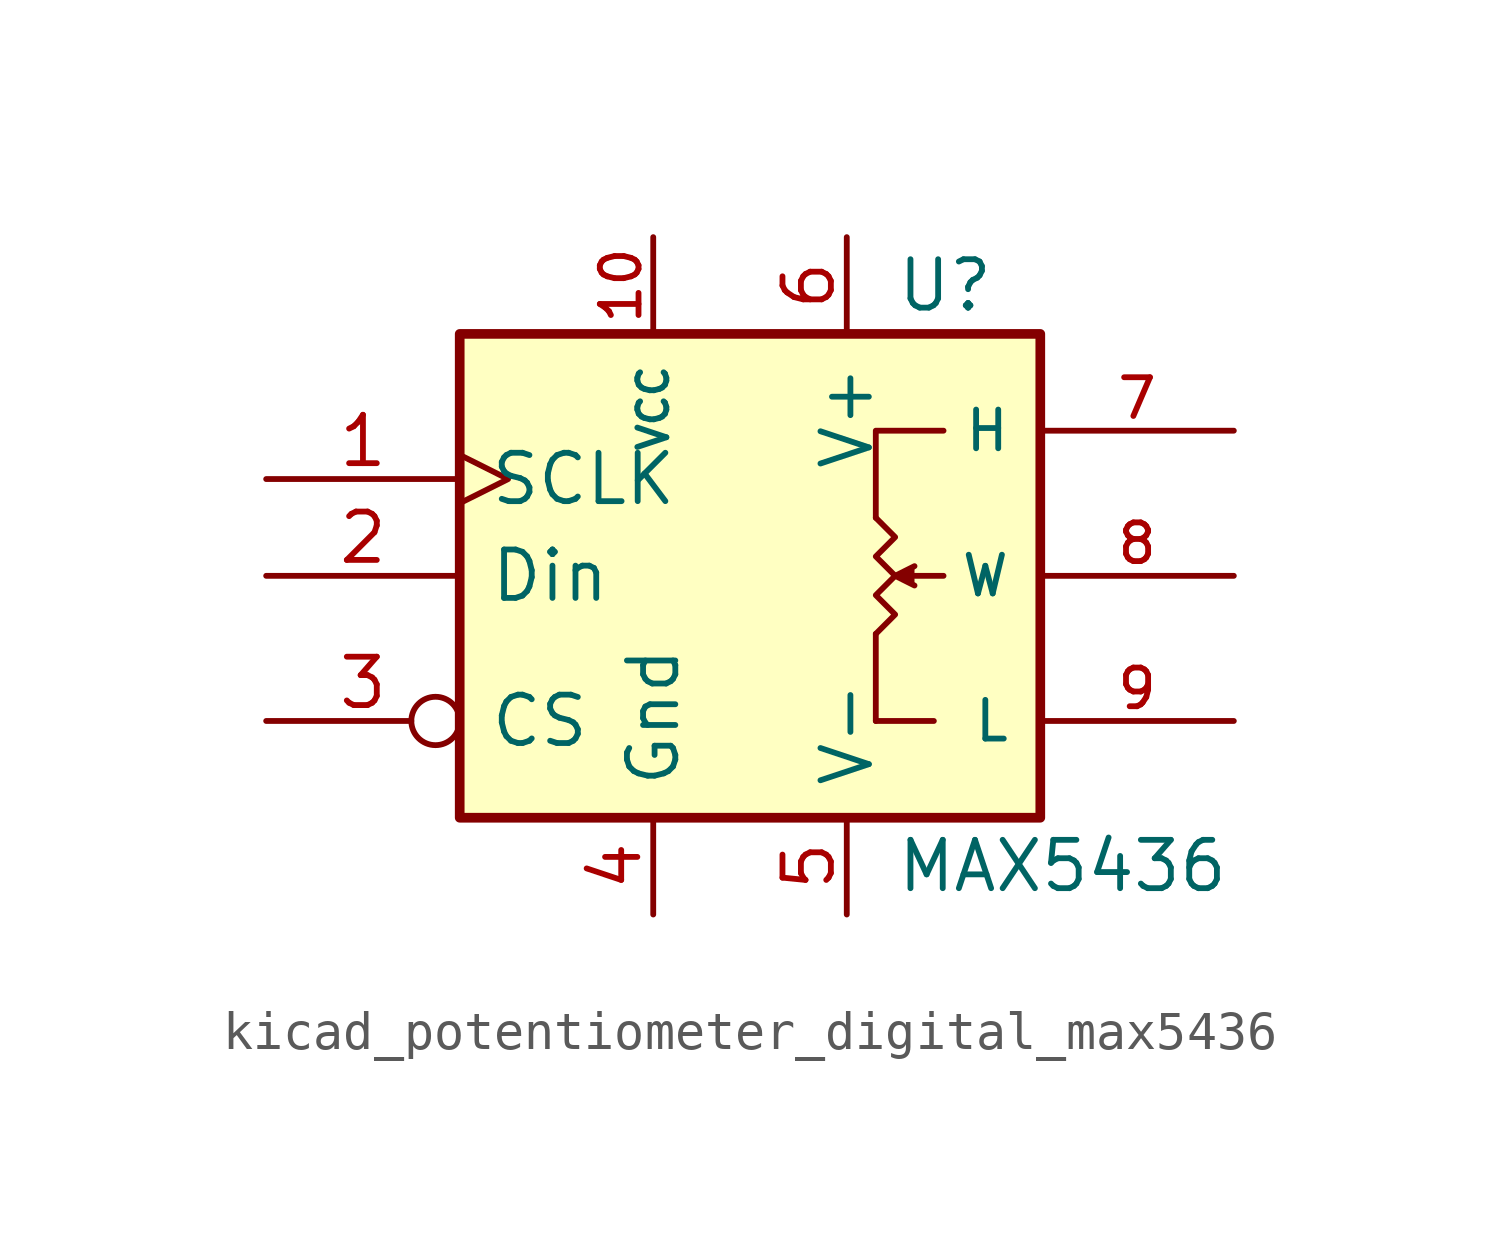
<source format=kicad_sym>
(kicad_symbol_lib
  (version 20220914)
  (generator kicad_symbol_editor)
  (symbol "kicad_potentiometer_digital_max5436"
    (pin_names
      (offset 0.762))
    (property "Reference" "U"
      (at 3.81 7.62 0)
      (effects (font (size 1.27 1.27)) (justify left)))
    (property "Value" "MAX5436"
      (at 3.81 -7.62 0)
      (effects (font (size 1.27 1.27)) (justify left)))
    (symbol "kicad_potentiometer_digital_max5436_0_1"
      (rectangle (start -7.62 6.35) (end 7.62 -6.35) (stroke (width 0.254) (type default)) (fill (type background)))
      (polyline (pts (xy 3.302 -1.524) (xy 3.302 -3.81)) (stroke (width 0) (type default)) (fill (type none)))
      (polyline (pts (xy 4.826 -3.81) (xy 3.302 -3.81)) (stroke (width 0) (type default)) (fill (type none)))
      (polyline (pts (xy 5.08 0) (xy 4.318 0)) (stroke (width 0) (type default)) (fill (type none)))
      (polyline (pts (xy 3.302 1.524) (xy 3.302 3.81) (xy 5.08 3.81)) (stroke (width 0) (type default)) (fill (type none)))
      (polyline (pts (xy 4.318 -0.254) (xy 3.81 0) (xy 4.318 0.254)) (stroke (width 0) (type default)) (fill (type outline)))
      (polyline (pts (xy 3.81 0) (xy 3.302 0.508) (xy 3.81 1.016) (xy 3.302 1.524)) (stroke (width 0) (type default)) (fill (type none)))
      (polyline (pts (xy 3.81 0) (xy 3.302 -0.508) (xy 3.81 -1.016) (xy 3.302 -1.524) (xy 3.302 -1.524)) (stroke (width 0) (type default)) (fill (type none))))
    (symbol "kicad_potentiometer_digital_max5436_1_1"
      (pin input clock (at -12.7 2.54 0) (length 5.08) (name "SCLK" (effects (font (size 1.27 1.27)))) (number "1" (effects (font (size 1.27 1.27)))))
      (pin power_in line (at -2.54 8.89 270) (length 2.54) (name "VCC" (effects (font (size 0.762 0.762)))) (number "10" (effects (font (size 1.016 1.016)))))
      (pin input line (at -12.7 0 0) (length 5.08) (name "Din" (effects (font (size 1.27 1.27)))) (number "2" (effects (font (size 1.27 1.27)))))
      (pin input inverted (at -12.7 -3.81 0) (length 5.08) (name "CS" (effects (font (size 1.27 1.27)))) (number "3" (effects (font (size 1.27 1.27)))))
      (pin power_in line (at -2.54 -8.89 90) (length 2.54) (name "Gnd" (effects (font (size 1.27 1.27)))) (number "4" (effects (font (size 1.27 1.27)))))
      (pin power_in line (at 2.54 -8.89 90) (length 2.54) (name "V-" (effects (font (size 1.27 1.27)))) (number "5" (effects (font (size 1.27 1.27)))))
      (pin power_in line (at 2.54 8.89 270) (length 2.54) (name "V+" (effects (font (size 1.27 1.27)))) (number "6" (effects (font (size 1.27 1.27)))))
      (pin passive line (at 12.7 3.81 180) (length 5.08) (name "H" (effects (font (size 1.016 1.016)))) (number "7" (effects (font (size 1.016 1.016)))))
      (pin passive line (at 12.7 0 180) (length 5.08) (name "W" (effects (font (size 1.016 1.016)))) (number "8" (effects (font (size 1.016 1.016)))))
      (pin passive line (at 12.7 -3.81 180) (length 5.08) (name "L" (effects (font (size 1.016 1.016)))) (number "9" (effects (font (size 1.016 1.016))))))))
</source>
